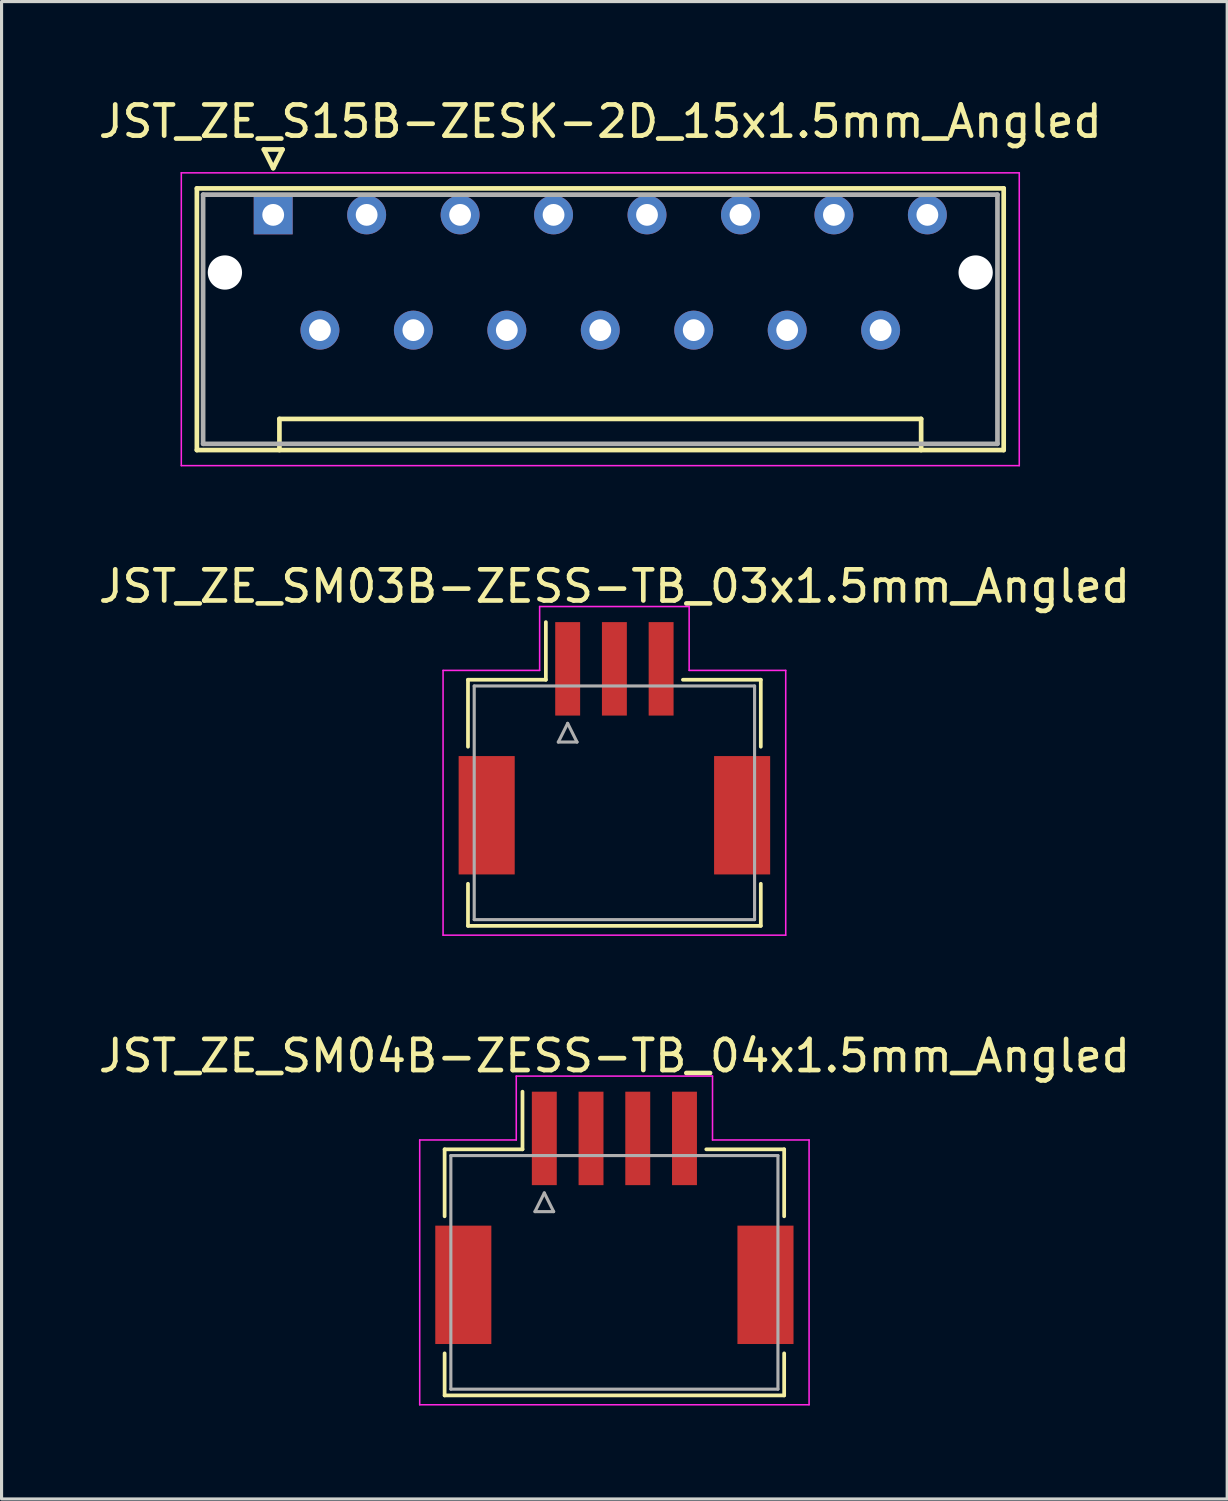
<source format=kicad_pcb>
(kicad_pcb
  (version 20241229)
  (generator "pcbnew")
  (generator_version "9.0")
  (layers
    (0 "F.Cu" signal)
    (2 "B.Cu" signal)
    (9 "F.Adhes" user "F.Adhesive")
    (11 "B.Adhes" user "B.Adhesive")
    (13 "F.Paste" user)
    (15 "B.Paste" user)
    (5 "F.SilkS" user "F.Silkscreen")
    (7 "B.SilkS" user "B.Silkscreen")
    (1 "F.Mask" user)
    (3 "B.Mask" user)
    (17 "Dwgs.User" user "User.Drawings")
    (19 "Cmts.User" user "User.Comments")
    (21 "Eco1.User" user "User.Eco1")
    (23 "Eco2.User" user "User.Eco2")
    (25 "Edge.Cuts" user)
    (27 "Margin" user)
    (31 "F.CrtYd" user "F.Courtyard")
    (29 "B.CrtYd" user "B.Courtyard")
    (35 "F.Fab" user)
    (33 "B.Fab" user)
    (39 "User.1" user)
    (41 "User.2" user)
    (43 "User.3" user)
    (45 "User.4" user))
  (footprint "JST_ZE_SM03B-ZESS-TB_03x1.5mm_Angled"
    (layer "F.Cu")
    (at 16.673 20.771)
    (property "Reference" "JST_ZE_SM03B-ZESS-TB_03x1.5mm_Angled" (at 0 -5 0) (layer "F.SilkS") (effects (font (size 1 1) (thickness 0.15))))
    (attr smd)
    (fp_line (start -4.7 -2) (end -2.2 -2) (stroke (width 0.12) (type solid)) (layer "F.SilkS"))
    (fp_line (start -4.7 0.15) (end -4.7 -2) (stroke (width 0.12) (type solid)) (layer "F.SilkS"))
    (fp_line (start -4.7 4.55) (end -4.7 5.9) (stroke (width 0.12) (type solid)) (layer "F.SilkS"))
    (fp_line (start -4.7 5.9) (end 4.7 5.9) (stroke (width 0.12) (type solid)) (layer "F.SilkS"))
    (fp_line (start -2.2 -2) (end -2.2 -3.85) (stroke (width 0.12) (type solid)) (layer "F.SilkS"))
    (fp_line (start 4.7 -2) (end 2.2 -2) (stroke (width 0.12) (type solid)) (layer "F.SilkS"))
    (fp_line (start 4.7 0.15) (end 4.7 -2) (stroke (width 0.12) (type solid)) (layer "F.SilkS"))
    (fp_line (start 4.7 5.9) (end 4.7 4.55) (stroke (width 0.12) (type solid)) (layer "F.SilkS"))
    (fp_line (start -5.5 -2.3) (end -5.5 6.2) (stroke (width 0.05) (type solid)) (layer "F.CrtYd"))
    (fp_line (start -5.5 6.2) (end 5.5 6.2) (stroke (width 0.05) (type solid)) (layer "F.CrtYd"))
    (fp_line (start -2.4 -4.35) (end -2.4 -2.3) (stroke (width 0.05) (type solid)) (layer "F.CrtYd"))
    (fp_line (start -2.4 -2.3) (end -5.5 -2.3) (stroke (width 0.05) (type solid)) (layer "F.CrtYd"))
    (fp_line (start 2.4 -4.35) (end -2.4 -4.35) (stroke (width 0.05) (type solid)) (layer "F.CrtYd"))
    (fp_line (start 2.4 -2.3) (end 2.4 -4.35) (stroke (width 0.05) (type solid)) (layer "F.CrtYd"))
    (fp_line (start 5.5 -2.3) (end 2.4 -2.3) (stroke (width 0.05) (type solid)) (layer "F.CrtYd"))
    (fp_line (start 5.5 6.2) (end 5.5 -2.3) (stroke (width 0.05) (type solid)) (layer "F.CrtYd"))
    (fp_line (start -4.5 -1.8) (end -4.5 5.7) (stroke (width 0.1) (type solid)) (layer "F.Fab"))
    (fp_line (start -4.5 5.7) (end 4.5 5.7) (stroke (width 0.1) (type solid)) (layer "F.Fab"))
    (fp_line (start -1.8 0) (end -1.2 0) (stroke (width 0.1) (type solid)) (layer "F.Fab"))
    (fp_line (start -1.5 -0.6) (end -1.8 0) (stroke (width 0.1) (type solid)) (layer "F.Fab"))
    (fp_line (start -1.2 0) (end -1.5 -0.6) (stroke (width 0.1) (type solid)) (layer "F.Fab"))
    (fp_line (start 4.5 -1.8) (end -4.5 -1.8) (stroke (width 0.1) (type solid)) (layer "F.Fab"))
    (fp_line (start 4.5 5.7) (end 4.5 -1.8) (stroke (width 0.1) (type solid)) (layer "F.Fab"))
    (pad "" smd rect (at -4.1 2.35) (size 1.8 3.8) (layers "F.Cu" "F.Mask" "F.Paste"))
    (pad "" smd rect (at 4.1 2.35) (size 1.8 3.8) (layers "F.Cu" "F.Mask" "F.Paste"))
    (pad "1" smd rect (at -1.5 -2.35) (size 0.8 3) (layers "F.Cu" "F.Mask" "F.Paste"))
    (pad "2" smd rect (at 0 -2.35) (size 0.8 3) (layers "F.Cu" "F.Mask" "F.Paste"))
    (pad "3" smd rect (at 1.5 -2.35) (size 0.8 3) (layers "F.Cu" "F.Mask" "F.Paste")))
  (footprint "JST_ZE_S15B-ZESK-2D_15x1.5mm_Angled"
    (layer "F.Cu")
    (at 5.72 3.848)
    (property "Reference" "JST_ZE_S15B-ZESK-2D_15x1.5mm_Angled" (at 10.5 -3 0) (layer "F.SilkS") (effects (font (size 1 1) (thickness 0.15))))
    (attr through_hole)
    (fp_line (start -2.45 -0.85) (end -2.45 7.55) (stroke (width 0.15) (type solid)) (layer "F.SilkS"))
    (fp_line (start -2.45 7.55) (end 23.45 7.55) (stroke (width 0.15) (type solid)) (layer "F.SilkS"))
    (fp_line (start -0.3 -2.1) (end 0.3 -2.1) (stroke (width 0.15) (type solid)) (layer "F.SilkS"))
    (fp_line (start 0 -1.5) (end -0.3 -2.1) (stroke (width 0.15) (type solid)) (layer "F.SilkS"))
    (fp_line (start 0.2 6.55) (end 20.8 6.55) (stroke (width 0.15) (type solid)) (layer "F.SilkS"))
    (fp_line (start 0.2 7.55) (end 0.2 6.55) (stroke (width 0.15) (type solid)) (layer "F.SilkS"))
    (fp_line (start 0.3 -2.1) (end 0 -1.5) (stroke (width 0.15) (type solid)) (layer "F.SilkS"))
    (fp_line (start 20.8 6.55) (end 20.8 7.55) (stroke (width 0.15) (type solid)) (layer "F.SilkS"))
    (fp_line (start 23.45 -0.85) (end -2.45 -0.85) (stroke (width 0.15) (type solid)) (layer "F.SilkS"))
    (fp_line (start 23.45 7.55) (end 23.45 -0.85) (stroke (width 0.15) (type solid)) (layer "F.SilkS"))
    (fp_line (start -2.95 -1.35) (end -2.95 8.05) (stroke (width 0.05) (type solid)) (layer "F.CrtYd"))
    (fp_line (start -2.95 8.05) (end 23.95 8.05) (stroke (width 0.05) (type solid)) (layer "F.CrtYd"))
    (fp_line (start 23.95 -1.35) (end -2.95 -1.35) (stroke (width 0.05) (type solid)) (layer "F.CrtYd"))
    (fp_line (start 23.95 8.05) (end 23.95 -1.35) (stroke (width 0.05) (type solid)) (layer "F.CrtYd"))
    (fp_line (start -2.25 -0.65) (end -2.25 7.35) (stroke (width 0.15) (type solid)) (layer "F.Fab"))
    (fp_line (start -2.25 7.35) (end 23.25 7.35) (stroke (width 0.15) (type solid)) (layer "F.Fab"))
    (fp_line (start 23.25 -0.65) (end -2.25 -0.65) (stroke (width 0.15) (type solid)) (layer "F.Fab"))
    (fp_line (start 23.25 7.35) (end 23.25 -0.65) (stroke (width 0.15) (type solid)) (layer "F.Fab"))
    (pad "" np_thru_hole circle (at -1.55 1.85) (size 1.1 1.1) (drill 1.1) (layers "*.Cu"))
    (pad "" np_thru_hole circle (at 22.55 1.85) (size 1.1 1.1) (drill 1.1) (layers "*.Cu"))
    (pad "1" thru_hole rect (at 0 0) (size 1.25 1.25) (drill 0.7) (layers "*.Cu" "*.Mask"))
    (pad "2" thru_hole circle (at 1.5 3.7) (size 1.25 1.25) (drill 0.7) (layers "*.Cu" "*.Mask"))
    (pad "3" thru_hole circle (at 3 0) (size 1.25 1.25) (drill 0.7) (layers "*.Cu" "*.Mask"))
    (pad "4" thru_hole circle (at 4.5 3.7) (size 1.25 1.25) (drill 0.7) (layers "*.Cu" "*.Mask"))
    (pad "5" thru_hole circle (at 6 0) (size 1.25 1.25) (drill 0.7) (layers "*.Cu" "*.Mask"))
    (pad "6" thru_hole circle (at 7.5 3.7) (size 1.25 1.25) (drill 0.7) (layers "*.Cu" "*.Mask"))
    (pad "7" thru_hole circle (at 9 0) (size 1.25 1.25) (drill 0.7) (layers "*.Cu" "*.Mask"))
    (pad "8" thru_hole circle (at 10.5 3.7) (size 1.25 1.25) (drill 0.7) (layers "*.Cu" "*.Mask"))
    (pad "9" thru_hole circle (at 12 0) (size 1.25 1.25) (drill 0.7) (layers "*.Cu" "*.Mask"))
    (pad "10" thru_hole circle (at 13.5 3.7) (size 1.25 1.25) (drill 0.7) (layers "*.Cu" "*.Mask"))
    (pad "11" thru_hole circle (at 15 0) (size 1.25 1.25) (drill 0.7) (layers "*.Cu" "*.Mask"))
    (pad "12" thru_hole circle (at 16.5 3.7) (size 1.25 1.25) (drill 0.7) (layers "*.Cu" "*.Mask"))
    (pad "13" thru_hole circle (at 18 0) (size 1.25 1.25) (drill 0.7) (layers "*.Cu" "*.Mask"))
    (pad "14" thru_hole circle (at 19.5 3.7) (size 1.25 1.25) (drill 0.7) (layers "*.Cu" "*.Mask"))
    (pad "15" thru_hole circle (at 21 0) (size 1.25 1.25) (drill 0.7) (layers "*.Cu" "*.Mask")))
  (footprint "JST_ZE_SM04B-ZESS-TB_04x1.5mm_Angled"
    (layer "F.Cu")
    (at 16.673 35.845)
    (property "Reference" "JST_ZE_SM04B-ZESS-TB_04x1.5mm_Angled" (at 0 -5 0) (layer "F.SilkS") (effects (font (size 1 1) (thickness 0.15))))
    (attr smd)
    (fp_line (start -5.45 -2) (end -2.95 -2) (stroke (width 0.12) (type solid)) (layer "F.SilkS"))
    (fp_line (start -5.45 0.15) (end -5.45 -2) (stroke (width 0.12) (type solid)) (layer "F.SilkS"))
    (fp_line (start -5.45 4.55) (end -5.45 5.9) (stroke (width 0.12) (type solid)) (layer "F.SilkS"))
    (fp_line (start -5.45 5.9) (end 5.45 5.9) (stroke (width 0.12) (type solid)) (layer "F.SilkS"))
    (fp_line (start -2.95 -2) (end -2.95 -3.85) (stroke (width 0.12) (type solid)) (layer "F.SilkS"))
    (fp_line (start 5.45 -2) (end 2.95 -2) (stroke (width 0.12) (type solid)) (layer "F.SilkS"))
    (fp_line (start 5.45 0.15) (end 5.45 -2) (stroke (width 0.12) (type solid)) (layer "F.SilkS"))
    (fp_line (start 5.45 5.9) (end 5.45 4.55) (stroke (width 0.12) (type solid)) (layer "F.SilkS"))
    (fp_line (start -6.25 -2.3) (end -6.25 6.2) (stroke (width 0.05) (type solid)) (layer "F.CrtYd"))
    (fp_line (start -6.25 6.2) (end 6.25 6.2) (stroke (width 0.05) (type solid)) (layer "F.CrtYd"))
    (fp_line (start -3.15 -4.35) (end -3.15 -2.3) (stroke (width 0.05) (type solid)) (layer "F.CrtYd"))
    (fp_line (start -3.15 -2.3) (end -6.25 -2.3) (stroke (width 0.05) (type solid)) (layer "F.CrtYd"))
    (fp_line (start 3.15 -4.35) (end -3.15 -4.35) (stroke (width 0.05) (type solid)) (layer "F.CrtYd"))
    (fp_line (start 3.15 -2.3) (end 3.15 -4.35) (stroke (width 0.05) (type solid)) (layer "F.CrtYd"))
    (fp_line (start 6.25 -2.3) (end 3.15 -2.3) (stroke (width 0.05) (type solid)) (layer "F.CrtYd"))
    (fp_line (start 6.25 6.2) (end 6.25 -2.3) (stroke (width 0.05) (type solid)) (layer "F.CrtYd"))
    (fp_line (start -5.25 -1.8) (end -5.25 5.7) (stroke (width 0.1) (type solid)) (layer "F.Fab"))
    (fp_line (start -5.25 5.7) (end 5.25 5.7) (stroke (width 0.1) (type solid)) (layer "F.Fab"))
    (fp_line (start -2.55 0) (end -1.95 0) (stroke (width 0.1) (type solid)) (layer "F.Fab"))
    (fp_line (start -2.25 -0.6) (end -2.55 0) (stroke (width 0.1) (type solid)) (layer "F.Fab"))
    (fp_line (start -1.95 0) (end -2.25 -0.6) (stroke (width 0.1) (type solid)) (layer "F.Fab"))
    (fp_line (start 5.25 -1.8) (end -5.25 -1.8) (stroke (width 0.1) (type solid)) (layer "F.Fab"))
    (fp_line (start 5.25 5.7) (end 5.25 -1.8) (stroke (width 0.1) (type solid)) (layer "F.Fab"))
    (pad "" smd rect (at -4.85 2.35) (size 1.8 3.8) (layers "F.Cu" "F.Mask" "F.Paste"))
    (pad "" smd rect (at 4.85 2.35) (size 1.8 3.8) (layers "F.Cu" "F.Mask" "F.Paste"))
    (pad "1" smd rect (at -2.25 -2.35) (size 0.8 3) (layers "F.Cu" "F.Mask" "F.Paste"))
    (pad "2" smd rect (at -0.75 -2.35) (size 0.8 3) (layers "F.Cu" "F.Mask" "F.Paste"))
    (pad "3" smd rect (at 0.75 -2.35) (size 0.8 3) (layers "F.Cu" "F.Mask" "F.Paste"))
    (pad "4" smd rect (at 2.25 -2.35) (size 0.8 3) (layers "F.Cu" "F.Mask" "F.Paste")))
  (gr_rect
    (start -3 -3)
    (end 36.345 45.07)
    (stroke (width 0.1) (type default))
    (fill no)
    (layer "Edge.Cuts")))
</source>
